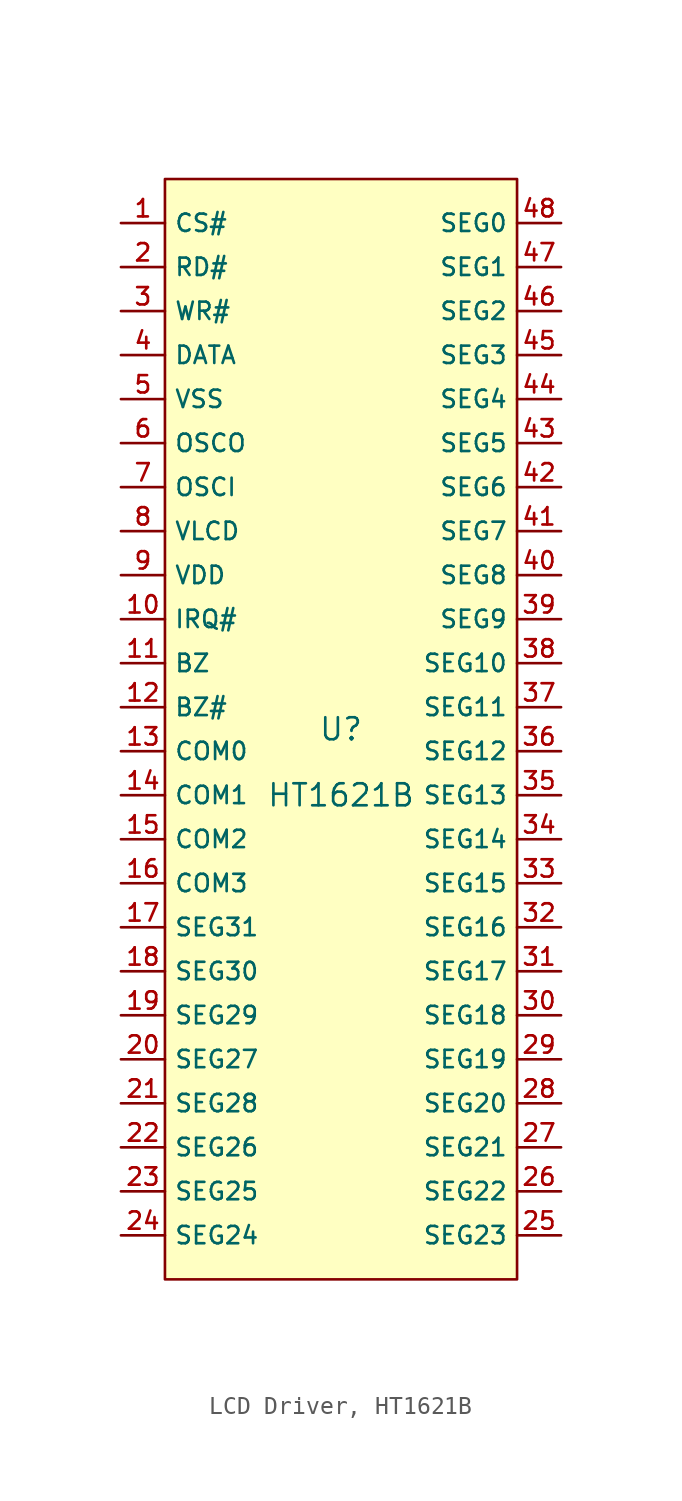
<source format=kicad_sym>
(kicad_symbol_lib
  (version 20231120)
  (generator "CDFER_Archive_Tool")
  (generator_version "0.0")
  (symbol "LCD Driver, HT1621B"
    (property "Reference" "U"
      (at 0 1.27 0)
      (effects (font (size 1.27 1.27))))
    (property "Value" "HT1621B"
      (at 0 -2.54 0)
      (effects (font (size 1.27 1.27))))
    (symbol "LCD Driver, HT1621B_0_1"
      (rectangle (start -10.16 33.02) (end 10.16 -30.48) (stroke (width 0) (type default)) (fill (type background)))
      (pin unspecified line (at -12.7 30.48 0) (length 2.54) (name "CS#" (effects (font (size 1 1)))) (number "1" (effects (font (size 1 1)))))
      (pin unspecified line (at -12.7 7.62 0) (length 2.54) (name "IRQ#" (effects (font (size 1 1)))) (number "10" (effects (font (size 1 1)))))
      (pin unspecified line (at -12.7 5.08 0) (length 2.54) (name "BZ" (effects (font (size 1 1)))) (number "11" (effects (font (size 1 1)))))
      (pin unspecified line (at -12.7 2.54 0) (length 2.54) (name "BZ#" (effects (font (size 1 1)))) (number "12" (effects (font (size 1 1)))))
      (pin unspecified line (at -12.7 0 0) (length 2.54) (name "COM0" (effects (font (size 1 1)))) (number "13" (effects (font (size 1 1)))))
      (pin unspecified line (at -12.7 -2.54 0) (length 2.54) (name "COM1" (effects (font (size 1 1)))) (number "14" (effects (font (size 1 1)))))
      (pin unspecified line (at -12.7 -5.08 0) (length 2.54) (name "COM2" (effects (font (size 1 1)))) (number "15" (effects (font (size 1 1)))))
      (pin unspecified line (at -12.7 -7.62 0) (length 2.54) (name "COM3" (effects (font (size 1 1)))) (number "16" (effects (font (size 1 1)))))
      (pin unspecified line (at -12.7 -10.16 0) (length 2.54) (name "SEG31" (effects (font (size 1 1)))) (number "17" (effects (font (size 1 1)))))
      (pin unspecified line (at -12.7 -12.7 0) (length 2.54) (name "SEG30" (effects (font (size 1 1)))) (number "18" (effects (font (size 1 1)))))
      (pin unspecified line (at -12.7 -15.24 0) (length 2.54) (name "SEG29" (effects (font (size 1 1)))) (number "19" (effects (font (size 1 1)))))
      (pin unspecified line (at -12.7 27.94 0) (length 2.54) (name "RD#" (effects (font (size 1 1)))) (number "2" (effects (font (size 1 1)))))
      (pin unspecified line (at -12.7 -17.78 0) (length 2.54) (name "SEG27" (effects (font (size 1 1)))) (number "20" (effects (font (size 1 1)))))
      (pin unspecified line (at -12.7 -20.32 0) (length 2.54) (name "SEG28" (effects (font (size 1 1)))) (number "21" (effects (font (size 1 1)))))
      (pin unspecified line (at -12.7 -22.86 0) (length 2.54) (name "SEG26" (effects (font (size 1 1)))) (number "22" (effects (font (size 1 1)))))
      (pin unspecified line (at -12.7 -25.4 0) (length 2.54) (name "SEG25" (effects (font (size 1 1)))) (number "23" (effects (font (size 1 1)))))
      (pin unspecified line (at -12.7 -27.94 0) (length 2.54) (name "SEG24" (effects (font (size 1 1)))) (number "24" (effects (font (size 1 1)))))
      (pin unspecified line (at 12.7 -27.94 180) (length 2.54) (name "SEG23" (effects (font (size 1 1)))) (number "25" (effects (font (size 1 1)))))
      (pin unspecified line (at 12.7 -25.4 180) (length 2.54) (name "SEG22" (effects (font (size 1 1)))) (number "26" (effects (font (size 1 1)))))
      (pin unspecified line (at 12.7 -22.86 180) (length 2.54) (name "SEG21" (effects (font (size 1 1)))) (number "27" (effects (font (size 1 1)))))
      (pin unspecified line (at 12.7 -20.32 180) (length 2.54) (name "SEG20" (effects (font (size 1 1)))) (number "28" (effects (font (size 1 1)))))
      (pin unspecified line (at 12.7 -17.78 180) (length 2.54) (name "SEG19" (effects (font (size 1 1)))) (number "29" (effects (font (size 1 1)))))
      (pin unspecified line (at -12.7 25.4 0) (length 2.54) (name "WR#" (effects (font (size 1 1)))) (number "3" (effects (font (size 1 1)))))
      (pin unspecified line (at 12.7 -15.24 180) (length 2.54) (name "SEG18" (effects (font (size 1 1)))) (number "30" (effects (font (size 1 1)))))
      (pin unspecified line (at 12.7 -12.7 180) (length 2.54) (name "SEG17" (effects (font (size 1 1)))) (number "31" (effects (font (size 1 1)))))
      (pin unspecified line (at 12.7 -10.16 180) (length 2.54) (name "SEG16" (effects (font (size 1 1)))) (number "32" (effects (font (size 1 1)))))
      (pin unspecified line (at 12.7 -7.62 180) (length 2.54) (name "SEG15" (effects (font (size 1 1)))) (number "33" (effects (font (size 1 1)))))
      (pin unspecified line (at 12.7 -5.08 180) (length 2.54) (name "SEG14" (effects (font (size 1 1)))) (number "34" (effects (font (size 1 1)))))
      (pin unspecified line (at 12.7 -2.54 180) (length 2.54) (name "SEG13" (effects (font (size 1 1)))) (number "35" (effects (font (size 1 1)))))
      (pin unspecified line (at 12.7 0 180) (length 2.54) (name "SEG12" (effects (font (size 1 1)))) (number "36" (effects (font (size 1 1)))))
      (pin unspecified line (at 12.7 2.54 180) (length 2.54) (name "SEG11" (effects (font (size 1 1)))) (number "37" (effects (font (size 1 1)))))
      (pin unspecified line (at 12.7 5.08 180) (length 2.54) (name "SEG10" (effects (font (size 1 1)))) (number "38" (effects (font (size 1 1)))))
      (pin unspecified line (at 12.7 7.62 180) (length 2.54) (name "SEG9" (effects (font (size 1 1)))) (number "39" (effects (font (size 1 1)))))
      (pin unspecified line (at -12.7 22.86 0) (length 2.54) (name "DATA" (effects (font (size 1 1)))) (number "4" (effects (font (size 1 1)))))
      (pin unspecified line (at 12.7 10.16 180) (length 2.54) (name "SEG8" (effects (font (size 1 1)))) (number "40" (effects (font (size 1 1)))))
      (pin unspecified line (at 12.7 12.7 180) (length 2.54) (name "SEG7" (effects (font (size 1 1)))) (number "41" (effects (font (size 1 1)))))
      (pin unspecified line (at 12.7 15.24 180) (length 2.54) (name "SEG6" (effects (font (size 1 1)))) (number "42" (effects (font (size 1 1)))))
      (pin unspecified line (at 12.7 17.78 180) (length 2.54) (name "SEG5" (effects (font (size 1 1)))) (number "43" (effects (font (size 1 1)))))
      (pin unspecified line (at 12.7 20.32 180) (length 2.54) (name "SEG4" (effects (font (size 1 1)))) (number "44" (effects (font (size 1 1)))))
      (pin unspecified line (at 12.7 22.86 180) (length 2.54) (name "SEG3" (effects (font (size 1 1)))) (number "45" (effects (font (size 1 1)))))
      (pin unspecified line (at 12.7 25.4 180) (length 2.54) (name "SEG2" (effects (font (size 1 1)))) (number "46" (effects (font (size 1 1)))))
      (pin unspecified line (at 12.7 27.94 180) (length 2.54) (name "SEG1" (effects (font (size 1 1)))) (number "47" (effects (font (size 1 1)))))
      (pin unspecified line (at 12.7 30.48 180) (length 2.54) (name "SEG0" (effects (font (size 1 1)))) (number "48" (effects (font (size 1 1)))))
      (pin unspecified line (at -12.7 20.32 0) (length 2.54) (name "VSS" (effects (font (size 1 1)))) (number "5" (effects (font (size 1 1)))))
      (pin unspecified line (at -12.7 17.78 0) (length 2.54) (name "OSCO" (effects (font (size 1 1)))) (number "6" (effects (font (size 1 1)))))
      (pin unspecified line (at -12.7 15.24 0) (length 2.54) (name "OSCI" (effects (font (size 1 1)))) (number "7" (effects (font (size 1 1)))))
      (pin unspecified line (at -12.7 12.7 0) (length 2.54) (name "VLCD" (effects (font (size 1 1)))) (number "8" (effects (font (size 1 1)))))
      (pin unspecified line (at -12.7 10.16 0) (length 2.54) (name "VDD" (effects (font (size 1 1)))) (number "9" (effects (font (size 1 1))))))))
</source>
